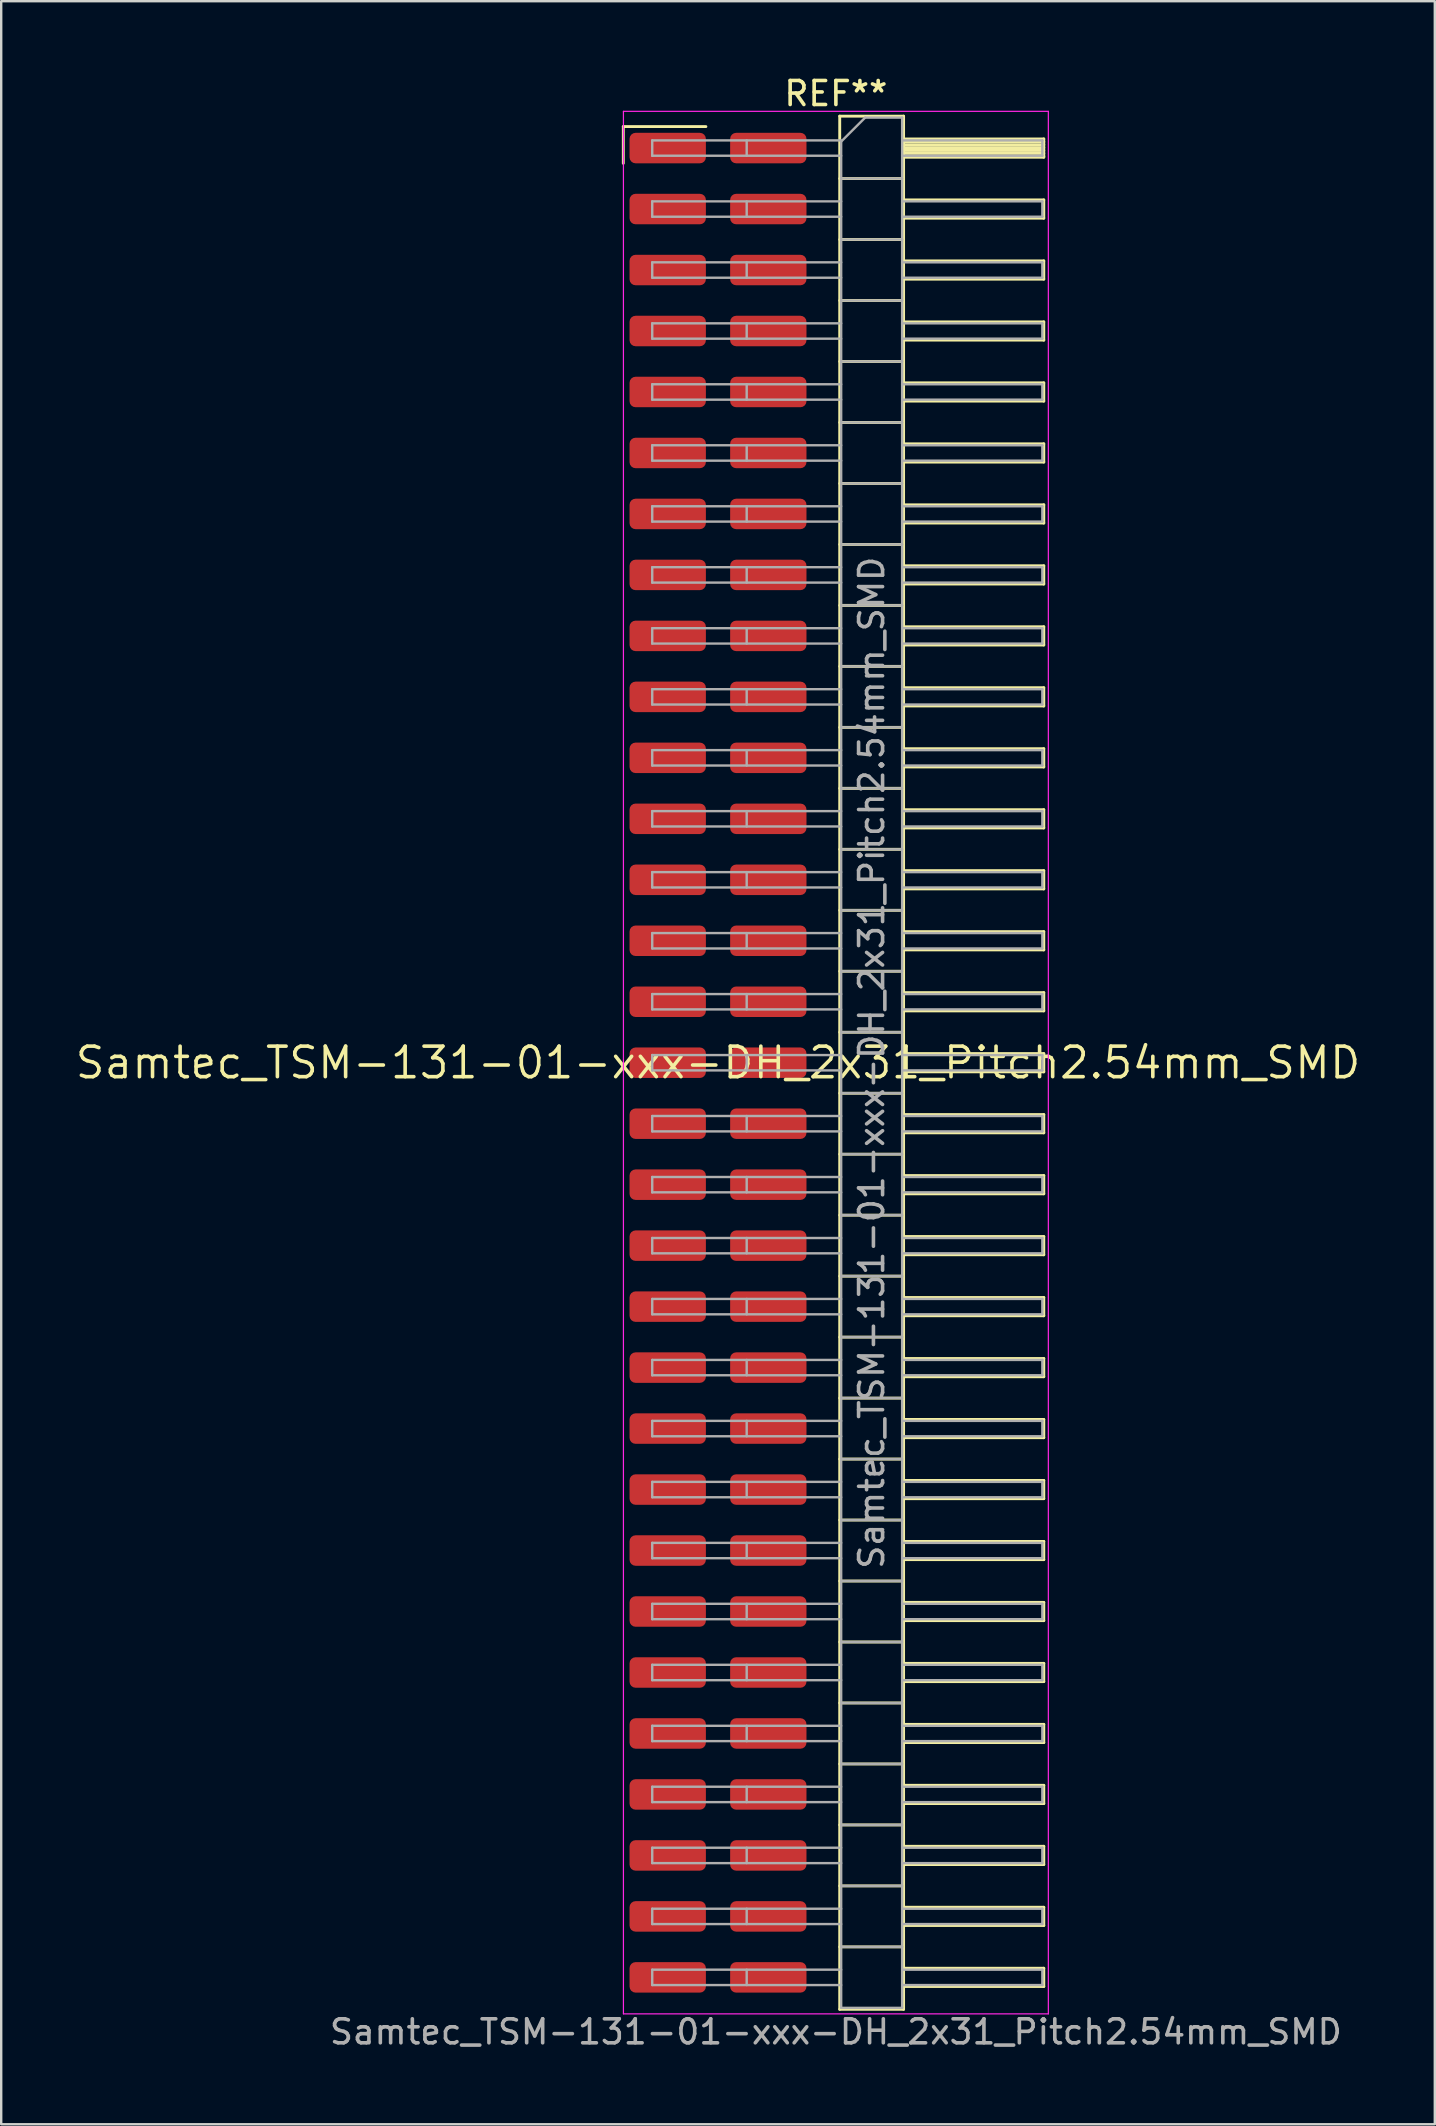
<source format=kicad_pcb>
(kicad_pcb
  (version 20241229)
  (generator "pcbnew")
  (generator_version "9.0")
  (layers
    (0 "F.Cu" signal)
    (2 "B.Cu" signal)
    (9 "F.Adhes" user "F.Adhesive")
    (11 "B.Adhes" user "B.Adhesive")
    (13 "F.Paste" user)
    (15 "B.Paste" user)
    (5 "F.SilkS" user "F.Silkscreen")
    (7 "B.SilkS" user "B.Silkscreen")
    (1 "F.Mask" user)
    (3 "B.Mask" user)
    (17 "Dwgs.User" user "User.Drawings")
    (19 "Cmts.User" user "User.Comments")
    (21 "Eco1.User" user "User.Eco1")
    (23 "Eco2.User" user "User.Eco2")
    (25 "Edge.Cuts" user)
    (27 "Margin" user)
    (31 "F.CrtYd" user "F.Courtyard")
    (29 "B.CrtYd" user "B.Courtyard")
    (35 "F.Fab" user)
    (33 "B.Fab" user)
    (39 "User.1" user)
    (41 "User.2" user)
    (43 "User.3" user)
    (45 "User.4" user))
  (footprint "Samtec_TSM-131-01-xxx-DH_2x31_Pitch2.54mm_SMD"
    (layer "F.Cu")
    (at 26.859 41.218)
    (property "Reference" "Samtec_TSM-131-01-xxx-DH_2x31_Pitch2.54mm_SMD" (at 0 0 0) (layer "F.SilkS") (effects (font (size 1.27 1.27) (thickness 0.15))))
    (attr smd)
    (fp_line (start -3.945 -38.995) (end -0.505 -38.995) (stroke (width 0.12) (type solid)) (layer "F.SilkS"))
    (fp_line (start -3.945 -37.465) (end -3.945 -38.995) (stroke (width 0.12) (type solid)) (layer "F.SilkS"))
    (fp_line (start 5.07 -39.43) (end 7.73 -39.43) (stroke (width 0.12) (type solid)) (layer "F.SilkS"))
    (fp_line (start 5.07 -36.83) (end 7.73 -36.83) (stroke (width 0.12) (type solid)) (layer "F.SilkS"))
    (fp_line (start 5.07 -34.29) (end 7.73 -34.29) (stroke (width 0.12) (type solid)) (layer "F.SilkS"))
    (fp_line (start 5.07 -31.75) (end 7.73 -31.75) (stroke (width 0.12) (type solid)) (layer "F.SilkS"))
    (fp_line (start 5.07 -29.21) (end 7.73 -29.21) (stroke (width 0.12) (type solid)) (layer "F.SilkS"))
    (fp_line (start 5.07 -26.67) (end 7.73 -26.67) (stroke (width 0.12) (type solid)) (layer "F.SilkS"))
    (fp_line (start 5.07 -24.13) (end 7.73 -24.13) (stroke (width 0.12) (type solid)) (layer "F.SilkS"))
    (fp_line (start 5.07 -21.59) (end 7.73 -21.59) (stroke (width 0.12) (type solid)) (layer "F.SilkS"))
    (fp_line (start 5.07 -19.05) (end 7.73 -19.05) (stroke (width 0.12) (type solid)) (layer "F.SilkS"))
    (fp_line (start 5.07 -16.51) (end 7.73 -16.51) (stroke (width 0.12) (type solid)) (layer "F.SilkS"))
    (fp_line (start 5.07 -13.97) (end 7.73 -13.97) (stroke (width 0.12) (type solid)) (layer "F.SilkS"))
    (fp_line (start 5.07 -11.43) (end 7.73 -11.43) (stroke (width 0.12) (type solid)) (layer "F.SilkS"))
    (fp_line (start 5.07 -8.89) (end 7.73 -8.89) (stroke (width 0.12) (type solid)) (layer "F.SilkS"))
    (fp_line (start 5.07 -6.35) (end 7.73 -6.35) (stroke (width 0.12) (type solid)) (layer "F.SilkS"))
    (fp_line (start 5.07 -3.81) (end 7.73 -3.81) (stroke (width 0.12) (type solid)) (layer "F.SilkS"))
    (fp_line (start 5.07 -1.27) (end 7.73 -1.27) (stroke (width 0.12) (type solid)) (layer "F.SilkS"))
    (fp_line (start 5.07 1.27) (end 7.73 1.27) (stroke (width 0.12) (type solid)) (layer "F.SilkS"))
    (fp_line (start 5.07 3.81) (end 7.73 3.81) (stroke (width 0.12) (type solid)) (layer "F.SilkS"))
    (fp_line (start 5.07 6.35) (end 7.73 6.35) (stroke (width 0.12) (type solid)) (layer "F.SilkS"))
    (fp_line (start 5.07 8.89) (end 7.73 8.89) (stroke (width 0.12) (type solid)) (layer "F.SilkS"))
    (fp_line (start 5.07 11.43) (end 7.73 11.43) (stroke (width 0.12) (type solid)) (layer "F.SilkS"))
    (fp_line (start 5.07 13.97) (end 7.73 13.97) (stroke (width 0.12) (type solid)) (layer "F.SilkS"))
    (fp_line (start 5.07 16.51) (end 7.73 16.51) (stroke (width 0.12) (type solid)) (layer "F.SilkS"))
    (fp_line (start 5.07 19.05) (end 7.73 19.05) (stroke (width 0.12) (type solid)) (layer "F.SilkS"))
    (fp_line (start 5.07 21.59) (end 7.73 21.59) (stroke (width 0.12) (type solid)) (layer "F.SilkS"))
    (fp_line (start 5.07 24.13) (end 7.73 24.13) (stroke (width 0.12) (type solid)) (layer "F.SilkS"))
    (fp_line (start 5.07 26.67) (end 7.73 26.67) (stroke (width 0.12) (type solid)) (layer "F.SilkS"))
    (fp_line (start 5.07 29.21) (end 7.73 29.21) (stroke (width 0.12) (type solid)) (layer "F.SilkS"))
    (fp_line (start 5.07 31.75) (end 7.73 31.75) (stroke (width 0.12) (type solid)) (layer "F.SilkS"))
    (fp_line (start 5.07 34.29) (end 7.73 34.29) (stroke (width 0.12) (type solid)) (layer "F.SilkS"))
    (fp_line (start 5.07 36.83) (end 7.73 36.83) (stroke (width 0.12) (type solid)) (layer "F.SilkS"))
    (fp_line (start 5.07 39.43) (end 5.07 -39.43) (stroke (width 0.12) (type solid)) (layer "F.SilkS"))
    (fp_line (start 7.73 -39.43) (end 7.73 39.43) (stroke (width 0.12) (type solid)) (layer "F.SilkS"))
    (fp_line (start 7.73 -38.48) (end 13.57 -38.48) (stroke (width 0.12) (type solid)) (layer "F.SilkS"))
    (fp_line (start 7.73 -38.36) (end 13.57 -38.36) (stroke (width 0.12) (type solid)) (layer "F.SilkS"))
    (fp_line (start 7.73 -38.24) (end 13.57 -38.24) (stroke (width 0.12) (type solid)) (layer "F.SilkS"))
    (fp_line (start 7.73 -38.12) (end 13.57 -38.12) (stroke (width 0.12) (type solid)) (layer "F.SilkS"))
    (fp_line (start 7.73 -38) (end 13.57 -38) (stroke (width 0.12) (type solid)) (layer "F.SilkS"))
    (fp_line (start 7.73 -37.88) (end 13.57 -37.88) (stroke (width 0.12) (type solid)) (layer "F.SilkS"))
    (fp_line (start 7.73 -37.76) (end 13.57 -37.76) (stroke (width 0.12) (type solid)) (layer "F.SilkS"))
    (fp_line (start 7.73 -37.72) (end 13.57 -37.72) (stroke (width 0.12) (type solid)) (layer "F.SilkS"))
    (fp_line (start 7.73 -35.94) (end 13.57 -35.94) (stroke (width 0.12) (type solid)) (layer "F.SilkS"))
    (fp_line (start 7.73 -35.18) (end 13.57 -35.18) (stroke (width 0.12) (type solid)) (layer "F.SilkS"))
    (fp_line (start 7.73 -33.4) (end 13.57 -33.4) (stroke (width 0.12) (type solid)) (layer "F.SilkS"))
    (fp_line (start 7.73 -32.64) (end 13.57 -32.64) (stroke (width 0.12) (type solid)) (layer "F.SilkS"))
    (fp_line (start 7.73 -30.86) (end 13.57 -30.86) (stroke (width 0.12) (type solid)) (layer "F.SilkS"))
    (fp_line (start 7.73 -30.1) (end 13.57 -30.1) (stroke (width 0.12) (type solid)) (layer "F.SilkS"))
    (fp_line (start 7.73 -28.32) (end 13.57 -28.32) (stroke (width 0.12) (type solid)) (layer "F.SilkS"))
    (fp_line (start 7.73 -27.56) (end 13.57 -27.56) (stroke (width 0.12) (type solid)) (layer "F.SilkS"))
    (fp_line (start 7.73 -25.78) (end 13.57 -25.78) (stroke (width 0.12) (type solid)) (layer "F.SilkS"))
    (fp_line (start 7.73 -25.02) (end 13.57 -25.02) (stroke (width 0.12) (type solid)) (layer "F.SilkS"))
    (fp_line (start 7.73 -23.24) (end 13.57 -23.24) (stroke (width 0.12) (type solid)) (layer "F.SilkS"))
    (fp_line (start 7.73 -22.48) (end 13.57 -22.48) (stroke (width 0.12) (type solid)) (layer "F.SilkS"))
    (fp_line (start 7.73 -20.7) (end 13.57 -20.7) (stroke (width 0.12) (type solid)) (layer "F.SilkS"))
    (fp_line (start 7.73 -19.94) (end 13.57 -19.94) (stroke (width 0.12) (type solid)) (layer "F.SilkS"))
    (fp_line (start 7.73 -18.16) (end 13.57 -18.16) (stroke (width 0.12) (type solid)) (layer "F.SilkS"))
    (fp_line (start 7.73 -17.4) (end 13.57 -17.4) (stroke (width 0.12) (type solid)) (layer "F.SilkS"))
    (fp_line (start 7.73 -15.62) (end 13.57 -15.62) (stroke (width 0.12) (type solid)) (layer "F.SilkS"))
    (fp_line (start 7.73 -14.86) (end 13.57 -14.86) (stroke (width 0.12) (type solid)) (layer "F.SilkS"))
    (fp_line (start 7.73 -13.08) (end 13.57 -13.08) (stroke (width 0.12) (type solid)) (layer "F.SilkS"))
    (fp_line (start 7.73 -12.32) (end 13.57 -12.32) (stroke (width 0.12) (type solid)) (layer "F.SilkS"))
    (fp_line (start 7.73 -10.54) (end 13.57 -10.54) (stroke (width 0.12) (type solid)) (layer "F.SilkS"))
    (fp_line (start 7.73 -9.78) (end 13.57 -9.78) (stroke (width 0.12) (type solid)) (layer "F.SilkS"))
    (fp_line (start 7.73 -8) (end 13.57 -8) (stroke (width 0.12) (type solid)) (layer "F.SilkS"))
    (fp_line (start 7.73 -7.24) (end 13.57 -7.24) (stroke (width 0.12) (type solid)) (layer "F.SilkS"))
    (fp_line (start 7.73 -5.46) (end 13.57 -5.46) (stroke (width 0.12) (type solid)) (layer "F.SilkS"))
    (fp_line (start 7.73 -4.7) (end 13.57 -4.7) (stroke (width 0.12) (type solid)) (layer "F.SilkS"))
    (fp_line (start 7.73 -2.92) (end 13.57 -2.92) (stroke (width 0.12) (type solid)) (layer "F.SilkS"))
    (fp_line (start 7.73 -2.16) (end 13.57 -2.16) (stroke (width 0.12) (type solid)) (layer "F.SilkS"))
    (fp_line (start 7.73 -0.38) (end 13.57 -0.38) (stroke (width 0.12) (type solid)) (layer "F.SilkS"))
    (fp_line (start 7.73 0.38) (end 13.57 0.38) (stroke (width 0.12) (type solid)) (layer "F.SilkS"))
    (fp_line (start 7.73 2.16) (end 13.57 2.16) (stroke (width 0.12) (type solid)) (layer "F.SilkS"))
    (fp_line (start 7.73 2.92) (end 13.57 2.92) (stroke (width 0.12) (type solid)) (layer "F.SilkS"))
    (fp_line (start 7.73 4.7) (end 13.57 4.7) (stroke (width 0.12) (type solid)) (layer "F.SilkS"))
    (fp_line (start 7.73 5.46) (end 13.57 5.46) (stroke (width 0.12) (type solid)) (layer "F.SilkS"))
    (fp_line (start 7.73 7.24) (end 13.57 7.24) (stroke (width 0.12) (type solid)) (layer "F.SilkS"))
    (fp_line (start 7.73 8) (end 13.57 8) (stroke (width 0.12) (type solid)) (layer "F.SilkS"))
    (fp_line (start 7.73 9.78) (end 13.57 9.78) (stroke (width 0.12) (type solid)) (layer "F.SilkS"))
    (fp_line (start 7.73 10.54) (end 13.57 10.54) (stroke (width 0.12) (type solid)) (layer "F.SilkS"))
    (fp_line (start 7.73 12.32) (end 13.57 12.32) (stroke (width 0.12) (type solid)) (layer "F.SilkS"))
    (fp_line (start 7.73 13.08) (end 13.57 13.08) (stroke (width 0.12) (type solid)) (layer "F.SilkS"))
    (fp_line (start 7.73 14.86) (end 13.57 14.86) (stroke (width 0.12) (type solid)) (layer "F.SilkS"))
    (fp_line (start 7.73 15.62) (end 13.57 15.62) (stroke (width 0.12) (type solid)) (layer "F.SilkS"))
    (fp_line (start 7.73 17.4) (end 13.57 17.4) (stroke (width 0.12) (type solid)) (layer "F.SilkS"))
    (fp_line (start 7.73 18.16) (end 13.57 18.16) (stroke (width 0.12) (type solid)) (layer "F.SilkS"))
    (fp_line (start 7.73 19.94) (end 13.57 19.94) (stroke (width 0.12) (type solid)) (layer "F.SilkS"))
    (fp_line (start 7.73 20.7) (end 13.57 20.7) (stroke (width 0.12) (type solid)) (layer "F.SilkS"))
    (fp_line (start 7.73 22.48) (end 13.57 22.48) (stroke (width 0.12) (type solid)) (layer "F.SilkS"))
    (fp_line (start 7.73 23.24) (end 13.57 23.24) (stroke (width 0.12) (type solid)) (layer "F.SilkS"))
    (fp_line (start 7.73 25.02) (end 13.57 25.02) (stroke (width 0.12) (type solid)) (layer "F.SilkS"))
    (fp_line (start 7.73 25.78) (end 13.57 25.78) (stroke (width 0.12) (type solid)) (layer "F.SilkS"))
    (fp_line (start 7.73 27.56) (end 13.57 27.56) (stroke (width 0.12) (type solid)) (layer "F.SilkS"))
    (fp_line (start 7.73 28.32) (end 13.57 28.32) (stroke (width 0.12) (type solid)) (layer "F.SilkS"))
    (fp_line (start 7.73 30.1) (end 13.57 30.1) (stroke (width 0.12) (type solid)) (layer "F.SilkS"))
    (fp_line (start 7.73 30.86) (end 13.57 30.86) (stroke (width 0.12) (type solid)) (layer "F.SilkS"))
    (fp_line (start 7.73 32.64) (end 13.57 32.64) (stroke (width 0.12) (type solid)) (layer "F.SilkS"))
    (fp_line (start 7.73 33.4) (end 13.57 33.4) (stroke (width 0.12) (type solid)) (layer "F.SilkS"))
    (fp_line (start 7.73 35.18) (end 13.57 35.18) (stroke (width 0.12) (type solid)) (layer "F.SilkS"))
    (fp_line (start 7.73 35.94) (end 13.57 35.94) (stroke (width 0.12) (type solid)) (layer "F.SilkS"))
    (fp_line (start 7.73 37.72) (end 13.57 37.72) (stroke (width 0.12) (type solid)) (layer "F.SilkS"))
    (fp_line (start 7.73 38.48) (end 13.57 38.48) (stroke (width 0.12) (type solid)) (layer "F.SilkS"))
    (fp_line (start 7.73 39.43) (end 5.07 39.43) (stroke (width 0.12) (type solid)) (layer "F.SilkS"))
    (fp_line (start 13.57 -38.48) (end 13.57 -37.72) (stroke (width 0.12) (type solid)) (layer "F.SilkS"))
    (fp_line (start 13.57 -35.94) (end 13.57 -35.18) (stroke (width 0.12) (type solid)) (layer "F.SilkS"))
    (fp_line (start 13.57 -33.4) (end 13.57 -32.64) (stroke (width 0.12) (type solid)) (layer "F.SilkS"))
    (fp_line (start 13.57 -30.86) (end 13.57 -30.1) (stroke (width 0.12) (type solid)) (layer "F.SilkS"))
    (fp_line (start 13.57 -28.32) (end 13.57 -27.56) (stroke (width 0.12) (type solid)) (layer "F.SilkS"))
    (fp_line (start 13.57 -25.78) (end 13.57 -25.02) (stroke (width 0.12) (type solid)) (layer "F.SilkS"))
    (fp_line (start 13.57 -23.24) (end 13.57 -22.48) (stroke (width 0.12) (type solid)) (layer "F.SilkS"))
    (fp_line (start 13.57 -20.7) (end 13.57 -19.94) (stroke (width 0.12) (type solid)) (layer "F.SilkS"))
    (fp_line (start 13.57 -18.16) (end 13.57 -17.4) (stroke (width 0.12) (type solid)) (layer "F.SilkS"))
    (fp_line (start 13.57 -15.62) (end 13.57 -14.86) (stroke (width 0.12) (type solid)) (layer "F.SilkS"))
    (fp_line (start 13.57 -13.08) (end 13.57 -12.32) (stroke (width 0.12) (type solid)) (layer "F.SilkS"))
    (fp_line (start 13.57 -10.54) (end 13.57 -9.78) (stroke (width 0.12) (type solid)) (layer "F.SilkS"))
    (fp_line (start 13.57 -8) (end 13.57 -7.24) (stroke (width 0.12) (type solid)) (layer "F.SilkS"))
    (fp_line (start 13.57 -5.46) (end 13.57 -4.7) (stroke (width 0.12) (type solid)) (layer "F.SilkS"))
    (fp_line (start 13.57 -2.92) (end 13.57 -2.16) (stroke (width 0.12) (type solid)) (layer "F.SilkS"))
    (fp_line (start 13.57 -0.38) (end 13.57 0.38) (stroke (width 0.12) (type solid)) (layer "F.SilkS"))
    (fp_line (start 13.57 2.16) (end 13.57 2.92) (stroke (width 0.12) (type solid)) (layer "F.SilkS"))
    (fp_line (start 13.57 4.7) (end 13.57 5.46) (stroke (width 0.12) (type solid)) (layer "F.SilkS"))
    (fp_line (start 13.57 7.24) (end 13.57 8) (stroke (width 0.12) (type solid)) (layer "F.SilkS"))
    (fp_line (start 13.57 9.78) (end 13.57 10.54) (stroke (width 0.12) (type solid)) (layer "F.SilkS"))
    (fp_line (start 13.57 12.32) (end 13.57 13.08) (stroke (width 0.12) (type solid)) (layer "F.SilkS"))
    (fp_line (start 13.57 14.86) (end 13.57 15.62) (stroke (width 0.12) (type solid)) (layer "F.SilkS"))
    (fp_line (start 13.57 17.4) (end 13.57 18.16) (stroke (width 0.12) (type solid)) (layer "F.SilkS"))
    (fp_line (start 13.57 19.94) (end 13.57 20.7) (stroke (width 0.12) (type solid)) (layer "F.SilkS"))
    (fp_line (start 13.57 22.48) (end 13.57 23.24) (stroke (width 0.12) (type solid)) (layer "F.SilkS"))
    (fp_line (start 13.57 25.02) (end 13.57 25.78) (stroke (width 0.12) (type solid)) (layer "F.SilkS"))
    (fp_line (start 13.57 27.56) (end 13.57 28.32) (stroke (width 0.12) (type solid)) (layer "F.SilkS"))
    (fp_line (start 13.57 30.1) (end 13.57 30.86) (stroke (width 0.12) (type solid)) (layer "F.SilkS"))
    (fp_line (start 13.57 32.64) (end 13.57 33.4) (stroke (width 0.12) (type solid)) (layer "F.SilkS"))
    (fp_line (start 13.57 35.18) (end 13.57 35.94) (stroke (width 0.12) (type solid)) (layer "F.SilkS"))
    (fp_line (start 13.57 37.72) (end 13.57 38.48) (stroke (width 0.12) (type solid)) (layer "F.SilkS"))
    (fp_line (start -3.94 -39.63) (end 13.76 -39.63) (stroke (width 0.05) (type solid)) (layer "F.CrtYd"))
    (fp_line (start -3.94 39.62) (end -3.94 -39.63) (stroke (width 0.05) (type solid)) (layer "F.CrtYd"))
    (fp_line (start 13.76 -39.63) (end 13.76 39.62) (stroke (width 0.05) (type solid)) (layer "F.CrtYd"))
    (fp_line (start 13.76 39.62) (end -3.94 39.62) (stroke (width 0.05) (type solid)) (layer "F.CrtYd"))
    (fp_line (start -2.74 -38.42) (end -2.74 -37.78) (stroke (width 0.1) (type solid)) (layer "F.Fab"))
    (fp_line (start -2.74 -38.42) (end 5.13 -38.42) (stroke (width 0.1) (type solid)) (layer "F.Fab"))
    (fp_line (start -2.74 -37.78) (end 5.13 -37.78) (stroke (width 0.1) (type solid)) (layer "F.Fab"))
    (fp_line (start -2.74 -35.88) (end -2.74 -35.24) (stroke (width 0.1) (type solid)) (layer "F.Fab"))
    (fp_line (start -2.74 -35.88) (end 5.13 -35.88) (stroke (width 0.1) (type solid)) (layer "F.Fab"))
    (fp_line (start -2.74 -35.24) (end 5.13 -35.24) (stroke (width 0.1) (type solid)) (layer "F.Fab"))
    (fp_line (start -2.74 -33.34) (end -2.74 -32.7) (stroke (width 0.1) (type solid)) (layer "F.Fab"))
    (fp_line (start -2.74 -33.34) (end 5.13 -33.34) (stroke (width 0.1) (type solid)) (layer "F.Fab"))
    (fp_line (start -2.74 -32.7) (end 5.13 -32.7) (stroke (width 0.1) (type solid)) (layer "F.Fab"))
    (fp_line (start -2.74 -30.8) (end -2.74 -30.16) (stroke (width 0.1) (type solid)) (layer "F.Fab"))
    (fp_line (start -2.74 -30.8) (end 5.13 -30.8) (stroke (width 0.1) (type solid)) (layer "F.Fab"))
    (fp_line (start -2.74 -30.16) (end 5.13 -30.16) (stroke (width 0.1) (type solid)) (layer "F.Fab"))
    (fp_line (start -2.74 -28.26) (end -2.74 -27.62) (stroke (width 0.1) (type solid)) (layer "F.Fab"))
    (fp_line (start -2.74 -28.26) (end 5.13 -28.26) (stroke (width 0.1) (type solid)) (layer "F.Fab"))
    (fp_line (start -2.74 -27.62) (end 5.13 -27.62) (stroke (width 0.1) (type solid)) (layer "F.Fab"))
    (fp_line (start -2.74 -25.72) (end -2.74 -25.08) (stroke (width 0.1) (type solid)) (layer "F.Fab"))
    (fp_line (start -2.74 -25.72) (end 5.13 -25.72) (stroke (width 0.1) (type solid)) (layer "F.Fab"))
    (fp_line (start -2.74 -25.08) (end 5.13 -25.08) (stroke (width 0.1) (type solid)) (layer "F.Fab"))
    (fp_line (start -2.74 -23.18) (end -2.74 -22.54) (stroke (width 0.1) (type solid)) (layer "F.Fab"))
    (fp_line (start -2.74 -23.18) (end 5.13 -23.18) (stroke (width 0.1) (type solid)) (layer "F.Fab"))
    (fp_line (start -2.74 -22.54) (end 5.13 -22.54) (stroke (width 0.1) (type solid)) (layer "F.Fab"))
    (fp_line (start -2.74 -20.64) (end -2.74 -20) (stroke (width 0.1) (type solid)) (layer "F.Fab"))
    (fp_line (start -2.74 -20.64) (end 5.13 -20.64) (stroke (width 0.1) (type solid)) (layer "F.Fab"))
    (fp_line (start -2.74 -20) (end 5.13 -20) (stroke (width 0.1) (type solid)) (layer "F.Fab"))
    (fp_line (start -2.74 -18.1) (end -2.74 -17.46) (stroke (width 0.1) (type solid)) (layer "F.Fab"))
    (fp_line (start -2.74 -18.1) (end 5.13 -18.1) (stroke (width 0.1) (type solid)) (layer "F.Fab"))
    (fp_line (start -2.74 -17.46) (end 5.13 -17.46) (stroke (width 0.1) (type solid)) (layer "F.Fab"))
    (fp_line (start -2.74 -15.56) (end -2.74 -14.92) (stroke (width 0.1) (type solid)) (layer "F.Fab"))
    (fp_line (start -2.74 -15.56) (end 5.13 -15.56) (stroke (width 0.1) (type solid)) (layer "F.Fab"))
    (fp_line (start -2.74 -14.92) (end 5.13 -14.92) (stroke (width 0.1) (type solid)) (layer "F.Fab"))
    (fp_line (start -2.74 -13.02) (end -2.74 -12.38) (stroke (width 0.1) (type solid)) (layer "F.Fab"))
    (fp_line (start -2.74 -13.02) (end 5.13 -13.02) (stroke (width 0.1) (type solid)) (layer "F.Fab"))
    (fp_line (start -2.74 -12.38) (end 5.13 -12.38) (stroke (width 0.1) (type solid)) (layer "F.Fab"))
    (fp_line (start -2.74 -10.48) (end -2.74 -9.84) (stroke (width 0.1) (type solid)) (layer "F.Fab"))
    (fp_line (start -2.74 -10.48) (end 5.13 -10.48) (stroke (width 0.1) (type solid)) (layer "F.Fab"))
    (fp_line (start -2.74 -9.84) (end 5.13 -9.84) (stroke (width 0.1) (type solid)) (layer "F.Fab"))
    (fp_line (start -2.74 -7.94) (end -2.74 -7.3) (stroke (width 0.1) (type solid)) (layer "F.Fab"))
    (fp_line (start -2.74 -7.94) (end 5.13 -7.94) (stroke (width 0.1) (type solid)) (layer "F.Fab"))
    (fp_line (start -2.74 -7.3) (end 5.13 -7.3) (stroke (width 0.1) (type solid)) (layer "F.Fab"))
    (fp_line (start -2.74 -5.4) (end -2.74 -4.76) (stroke (width 0.1) (type solid)) (layer "F.Fab"))
    (fp_line (start -2.74 -5.4) (end 5.13 -5.4) (stroke (width 0.1) (type solid)) (layer "F.Fab"))
    (fp_line (start -2.74 -4.76) (end 5.13 -4.76) (stroke (width 0.1) (type solid)) (layer "F.Fab"))
    (fp_line (start -2.74 -2.86) (end -2.74 -2.22) (stroke (width 0.1) (type solid)) (layer "F.Fab"))
    (fp_line (start -2.74 -2.86) (end 5.13 -2.86) (stroke (width 0.1) (type solid)) (layer "F.Fab"))
    (fp_line (start -2.74 -2.22) (end 5.13 -2.22) (stroke (width 0.1) (type solid)) (layer "F.Fab"))
    (fp_line (start -2.74 -0.32) (end -2.74 0.32) (stroke (width 0.1) (type solid)) (layer "F.Fab"))
    (fp_line (start -2.74 -0.32) (end 5.13 -0.32) (stroke (width 0.1) (type solid)) (layer "F.Fab"))
    (fp_line (start -2.74 0.32) (end 5.13 0.32) (stroke (width 0.1) (type solid)) (layer "F.Fab"))
    (fp_line (start -2.74 2.22) (end -2.74 2.86) (stroke (width 0.1) (type solid)) (layer "F.Fab"))
    (fp_line (start -2.74 2.22) (end 5.13 2.22) (stroke (width 0.1) (type solid)) (layer "F.Fab"))
    (fp_line (start -2.74 2.86) (end 5.13 2.86) (stroke (width 0.1) (type solid)) (layer "F.Fab"))
    (fp_line (start -2.74 4.76) (end -2.74 5.4) (stroke (width 0.1) (type solid)) (layer "F.Fab"))
    (fp_line (start -2.74 4.76) (end 5.13 4.76) (stroke (width 0.1) (type solid)) (layer "F.Fab"))
    (fp_line (start -2.74 5.4) (end 5.13 5.4) (stroke (width 0.1) (type solid)) (layer "F.Fab"))
    (fp_line (start -2.74 7.3) (end -2.74 7.94) (stroke (width 0.1) (type solid)) (layer "F.Fab"))
    (fp_line (start -2.74 7.3) (end 5.13 7.3) (stroke (width 0.1) (type solid)) (layer "F.Fab"))
    (fp_line (start -2.74 7.94) (end 5.13 7.94) (stroke (width 0.1) (type solid)) (layer "F.Fab"))
    (fp_line (start -2.74 9.84) (end -2.74 10.48) (stroke (width 0.1) (type solid)) (layer "F.Fab"))
    (fp_line (start -2.74 9.84) (end 5.13 9.84) (stroke (width 0.1) (type solid)) (layer "F.Fab"))
    (fp_line (start -2.74 10.48) (end 5.13 10.48) (stroke (width 0.1) (type solid)) (layer "F.Fab"))
    (fp_line (start -2.74 12.38) (end -2.74 13.02) (stroke (width 0.1) (type solid)) (layer "F.Fab"))
    (fp_line (start -2.74 12.38) (end 5.13 12.38) (stroke (width 0.1) (type solid)) (layer "F.Fab"))
    (fp_line (start -2.74 13.02) (end 5.13 13.02) (stroke (width 0.1) (type solid)) (layer "F.Fab"))
    (fp_line (start -2.74 14.92) (end -2.74 15.56) (stroke (width 0.1) (type solid)) (layer "F.Fab"))
    (fp_line (start -2.74 14.92) (end 5.13 14.92) (stroke (width 0.1) (type solid)) (layer "F.Fab"))
    (fp_line (start -2.74 15.56) (end 5.13 15.56) (stroke (width 0.1) (type solid)) (layer "F.Fab"))
    (fp_line (start -2.74 17.46) (end -2.74 18.1) (stroke (width 0.1) (type solid)) (layer "F.Fab"))
    (fp_line (start -2.74 17.46) (end 5.13 17.46) (stroke (width 0.1) (type solid)) (layer "F.Fab"))
    (fp_line (start -2.74 18.1) (end 5.13 18.1) (stroke (width 0.1) (type solid)) (layer "F.Fab"))
    (fp_line (start -2.74 20) (end -2.74 20.64) (stroke (width 0.1) (type solid)) (layer "F.Fab"))
    (fp_line (start -2.74 20) (end 5.13 20) (stroke (width 0.1) (type solid)) (layer "F.Fab"))
    (fp_line (start -2.74 20.64) (end 5.13 20.64) (stroke (width 0.1) (type solid)) (layer "F.Fab"))
    (fp_line (start -2.74 22.54) (end -2.74 23.18) (stroke (width 0.1) (type solid)) (layer "F.Fab"))
    (fp_line (start -2.74 22.54) (end 5.13 22.54) (stroke (width 0.1) (type solid)) (layer "F.Fab"))
    (fp_line (start -2.74 23.18) (end 5.13 23.18) (stroke (width 0.1) (type solid)) (layer "F.Fab"))
    (fp_line (start -2.74 25.08) (end -2.74 25.72) (stroke (width 0.1) (type solid)) (layer "F.Fab"))
    (fp_line (start -2.74 25.08) (end 5.13 25.08) (stroke (width 0.1) (type solid)) (layer "F.Fab"))
    (fp_line (start -2.74 25.72) (end 5.13 25.72) (stroke (width 0.1) (type solid)) (layer "F.Fab"))
    (fp_line (start -2.74 27.62) (end -2.74 28.26) (stroke (width 0.1) (type solid)) (layer "F.Fab"))
    (fp_line (start -2.74 27.62) (end 5.13 27.62) (stroke (width 0.1) (type solid)) (layer "F.Fab"))
    (fp_line (start -2.74 28.26) (end 5.13 28.26) (stroke (width 0.1) (type solid)) (layer "F.Fab"))
    (fp_line (start -2.74 30.16) (end -2.74 30.8) (stroke (width 0.1) (type solid)) (layer "F.Fab"))
    (fp_line (start -2.74 30.16) (end 5.13 30.16) (stroke (width 0.1) (type solid)) (layer "F.Fab"))
    (fp_line (start -2.74 30.8) (end 5.13 30.8) (stroke (width 0.1) (type solid)) (layer "F.Fab"))
    (fp_line (start -2.74 32.7) (end -2.74 33.34) (stroke (width 0.1) (type solid)) (layer "F.Fab"))
    (fp_line (start -2.74 32.7) (end 5.13 32.7) (stroke (width 0.1) (type solid)) (layer "F.Fab"))
    (fp_line (start -2.74 33.34) (end 5.13 33.34) (stroke (width 0.1) (type solid)) (layer "F.Fab"))
    (fp_line (start -2.74 35.24) (end -2.74 35.88) (stroke (width 0.1) (type solid)) (layer "F.Fab"))
    (fp_line (start -2.74 35.24) (end 5.13 35.24) (stroke (width 0.1) (type solid)) (layer "F.Fab"))
    (fp_line (start -2.74 35.88) (end 5.13 35.88) (stroke (width 0.1) (type solid)) (layer "F.Fab"))
    (fp_line (start -2.74 37.78) (end -2.74 38.42) (stroke (width 0.1) (type solid)) (layer "F.Fab"))
    (fp_line (start -2.74 37.78) (end 5.13 37.78) (stroke (width 0.1) (type solid)) (layer "F.Fab"))
    (fp_line (start -2.74 38.42) (end 5.13 38.42) (stroke (width 0.1) (type solid)) (layer "F.Fab"))
    (fp_line (start 1.195 -38.42) (end 1.195 -37.78) (stroke (width 0.1) (type solid)) (layer "F.Fab"))
    (fp_line (start 1.195 -35.88) (end 1.195 -35.24) (stroke (width 0.1) (type solid)) (layer "F.Fab"))
    (fp_line (start 1.195 -33.34) (end 1.195 -32.7) (stroke (width 0.1) (type solid)) (layer "F.Fab"))
    (fp_line (start 1.195 -30.8) (end 1.195 -30.16) (stroke (width 0.1) (type solid)) (layer "F.Fab"))
    (fp_line (start 1.195 -28.26) (end 1.195 -27.62) (stroke (width 0.1) (type solid)) (layer "F.Fab"))
    (fp_line (start 1.195 -25.72) (end 1.195 -25.08) (stroke (width 0.1) (type solid)) (layer "F.Fab"))
    (fp_line (start 1.195 -23.18) (end 1.195 -22.54) (stroke (width 0.1) (type solid)) (layer "F.Fab"))
    (fp_line (start 1.195 -20.64) (end 1.195 -20) (stroke (width 0.1) (type solid)) (layer "F.Fab"))
    (fp_line (start 1.195 -18.1) (end 1.195 -17.46) (stroke (width 0.1) (type solid)) (layer "F.Fab"))
    (fp_line (start 1.195 -15.56) (end 1.195 -14.92) (stroke (width 0.1) (type solid)) (layer "F.Fab"))
    (fp_line (start 1.195 -13.02) (end 1.195 -12.38) (stroke (width 0.1) (type solid)) (layer "F.Fab"))
    (fp_line (start 1.195 -10.48) (end 1.195 -9.84) (stroke (width 0.1) (type solid)) (layer "F.Fab"))
    (fp_line (start 1.195 -7.94) (end 1.195 -7.3) (stroke (width 0.1) (type solid)) (layer "F.Fab"))
    (fp_line (start 1.195 -5.4) (end 1.195 -4.76) (stroke (width 0.1) (type solid)) (layer "F.Fab"))
    (fp_line (start 1.195 -2.86) (end 1.195 -2.22) (stroke (width 0.1) (type solid)) (layer "F.Fab"))
    (fp_line (start 1.195 -0.32) (end 1.195 0.32) (stroke (width 0.1) (type solid)) (layer "F.Fab"))
    (fp_line (start 1.195 2.22) (end 1.195 2.86) (stroke (width 0.1) (type solid)) (layer "F.Fab"))
    (fp_line (start 1.195 4.76) (end 1.195 5.4) (stroke (width 0.1) (type solid)) (layer "F.Fab"))
    (fp_line (start 1.195 7.3) (end 1.195 7.94) (stroke (width 0.1) (type solid)) (layer "F.Fab"))
    (fp_line (start 1.195 9.84) (end 1.195 10.48) (stroke (width 0.1) (type solid)) (layer "F.Fab"))
    (fp_line (start 1.195 12.38) (end 1.195 13.02) (stroke (width 0.1) (type solid)) (layer "F.Fab"))
    (fp_line (start 1.195 14.92) (end 1.195 15.56) (stroke (width 0.1) (type solid)) (layer "F.Fab"))
    (fp_line (start 1.195 17.46) (end 1.195 18.1) (stroke (width 0.1) (type solid)) (layer "F.Fab"))
    (fp_line (start 1.195 20) (end 1.195 20.64) (stroke (width 0.1) (type solid)) (layer "F.Fab"))
    (fp_line (start 1.195 22.54) (end 1.195 23.18) (stroke (width 0.1) (type solid)) (layer "F.Fab"))
    (fp_line (start 1.195 25.08) (end 1.195 25.72) (stroke (width 0.1) (type solid)) (layer "F.Fab"))
    (fp_line (start 1.195 27.62) (end 1.195 28.26) (stroke (width 0.1) (type solid)) (layer "F.Fab"))
    (fp_line (start 1.195 30.16) (end 1.195 30.8) (stroke (width 0.1) (type solid)) (layer "F.Fab"))
    (fp_line (start 1.195 32.7) (end 1.195 33.34) (stroke (width 0.1) (type solid)) (layer "F.Fab"))
    (fp_line (start 1.195 35.24) (end 1.195 35.88) (stroke (width 0.1) (type solid)) (layer "F.Fab"))
    (fp_line (start 1.195 37.78) (end 1.195 38.42) (stroke (width 0.1) (type solid)) (layer "F.Fab"))
    (fp_line (start 5.13 -38.37) (end 6.13 -39.37) (stroke (width 0.1) (type solid)) (layer "F.Fab"))
    (fp_line (start 5.13 -36.83) (end 7.67 -36.83) (stroke (width 0.1) (type solid)) (layer "F.Fab"))
    (fp_line (start 5.13 -34.29) (end 7.67 -34.29) (stroke (width 0.1) (type solid)) (layer "F.Fab"))
    (fp_line (start 5.13 -31.75) (end 7.67 -31.75) (stroke (width 0.1) (type solid)) (layer "F.Fab"))
    (fp_line (start 5.13 -29.21) (end 7.67 -29.21) (stroke (width 0.1) (type solid)) (layer "F.Fab"))
    (fp_line (start 5.13 -26.67) (end 7.67 -26.67) (stroke (width 0.1) (type solid)) (layer "F.Fab"))
    (fp_line (start 5.13 -24.13) (end 7.67 -24.13) (stroke (width 0.1) (type solid)) (layer "F.Fab"))
    (fp_line (start 5.13 -21.59) (end 7.67 -21.59) (stroke (width 0.1) (type solid)) (layer "F.Fab"))
    (fp_line (start 5.13 -19.05) (end 7.67 -19.05) (stroke (width 0.1) (type solid)) (layer "F.Fab"))
    (fp_line (start 5.13 -16.51) (end 7.67 -16.51) (stroke (width 0.1) (type solid)) (layer "F.Fab"))
    (fp_line (start 5.13 -13.97) (end 7.67 -13.97) (stroke (width 0.1) (type solid)) (layer "F.Fab"))
    (fp_line (start 5.13 -11.43) (end 7.67 -11.43) (stroke (width 0.1) (type solid)) (layer "F.Fab"))
    (fp_line (start 5.13 -8.89) (end 7.67 -8.89) (stroke (width 0.1) (type solid)) (layer "F.Fab"))
    (fp_line (start 5.13 -6.35) (end 7.67 -6.35) (stroke (width 0.1) (type solid)) (layer "F.Fab"))
    (fp_line (start 5.13 -3.81) (end 7.67 -3.81) (stroke (width 0.1) (type solid)) (layer "F.Fab"))
    (fp_line (start 5.13 -1.27) (end 7.67 -1.27) (stroke (width 0.1) (type solid)) (layer "F.Fab"))
    (fp_line (start 5.13 1.27) (end 7.67 1.27) (stroke (width 0.1) (type solid)) (layer "F.Fab"))
    (fp_line (start 5.13 3.81) (end 7.67 3.81) (stroke (width 0.1) (type solid)) (layer "F.Fab"))
    (fp_line (start 5.13 6.35) (end 7.67 6.35) (stroke (width 0.1) (type solid)) (layer "F.Fab"))
    (fp_line (start 5.13 8.89) (end 7.67 8.89) (stroke (width 0.1) (type solid)) (layer "F.Fab"))
    (fp_line (start 5.13 11.43) (end 7.67 11.43) (stroke (width 0.1) (type solid)) (layer "F.Fab"))
    (fp_line (start 5.13 13.97) (end 7.67 13.97) (stroke (width 0.1) (type solid)) (layer "F.Fab"))
    (fp_line (start 5.13 16.51) (end 7.67 16.51) (stroke (width 0.1) (type solid)) (layer "F.Fab"))
    (fp_line (start 5.13 19.05) (end 7.67 19.05) (stroke (width 0.1) (type solid)) (layer "F.Fab"))
    (fp_line (start 5.13 21.59) (end 7.67 21.59) (stroke (width 0.1) (type solid)) (layer "F.Fab"))
    (fp_line (start 5.13 24.13) (end 7.67 24.13) (stroke (width 0.1) (type solid)) (layer "F.Fab"))
    (fp_line (start 5.13 26.67) (end 7.67 26.67) (stroke (width 0.1) (type solid)) (layer "F.Fab"))
    (fp_line (start 5.13 29.21) (end 7.67 29.21) (stroke (width 0.1) (type solid)) (layer "F.Fab"))
    (fp_line (start 5.13 31.75) (end 7.67 31.75) (stroke (width 0.1) (type solid)) (layer "F.Fab"))
    (fp_line (start 5.13 34.29) (end 7.67 34.29) (stroke (width 0.1) (type solid)) (layer "F.Fab"))
    (fp_line (start 5.13 36.83) (end 7.67 36.83) (stroke (width 0.1) (type solid)) (layer "F.Fab"))
    (fp_line (start 5.13 39.37) (end 5.13 -38.37) (stroke (width 0.1) (type solid)) (layer "F.Fab"))
    (fp_line (start 6.13 -39.37) (end 7.67 -39.37) (stroke (width 0.1) (type solid)) (layer "F.Fab"))
    (fp_line (start 7.67 -39.37) (end 7.67 39.37) (stroke (width 0.1) (type solid)) (layer "F.Fab"))
    (fp_line (start 7.67 -38.42) (end 13.51 -38.42) (stroke (width 0.1) (type solid)) (layer "F.Fab"))
    (fp_line (start 7.67 -37.78) (end 13.51 -37.78) (stroke (width 0.1) (type solid)) (layer "F.Fab"))
    (fp_line (start 7.67 -35.88) (end 13.51 -35.88) (stroke (width 0.1) (type solid)) (layer "F.Fab"))
    (fp_line (start 7.67 -35.24) (end 13.51 -35.24) (stroke (width 0.1) (type solid)) (layer "F.Fab"))
    (fp_line (start 7.67 -33.34) (end 13.51 -33.34) (stroke (width 0.1) (type solid)) (layer "F.Fab"))
    (fp_line (start 7.67 -32.7) (end 13.51 -32.7) (stroke (width 0.1) (type solid)) (layer "F.Fab"))
    (fp_line (start 7.67 -30.8) (end 13.51 -30.8) (stroke (width 0.1) (type solid)) (layer "F.Fab"))
    (fp_line (start 7.67 -30.16) (end 13.51 -30.16) (stroke (width 0.1) (type solid)) (layer "F.Fab"))
    (fp_line (start 7.67 -28.26) (end 13.51 -28.26) (stroke (width 0.1) (type solid)) (layer "F.Fab"))
    (fp_line (start 7.67 -27.62) (end 13.51 -27.62) (stroke (width 0.1) (type solid)) (layer "F.Fab"))
    (fp_line (start 7.67 -25.72) (end 13.51 -25.72) (stroke (width 0.1) (type solid)) (layer "F.Fab"))
    (fp_line (start 7.67 -25.08) (end 13.51 -25.08) (stroke (width 0.1) (type solid)) (layer "F.Fab"))
    (fp_line (start 7.67 -23.18) (end 13.51 -23.18) (stroke (width 0.1) (type solid)) (layer "F.Fab"))
    (fp_line (start 7.67 -22.54) (end 13.51 -22.54) (stroke (width 0.1) (type solid)) (layer "F.Fab"))
    (fp_line (start 7.67 -20.64) (end 13.51 -20.64) (stroke (width 0.1) (type solid)) (layer "F.Fab"))
    (fp_line (start 7.67 -20) (end 13.51 -20) (stroke (width 0.1) (type solid)) (layer "F.Fab"))
    (fp_line (start 7.67 -18.1) (end 13.51 -18.1) (stroke (width 0.1) (type solid)) (layer "F.Fab"))
    (fp_line (start 7.67 -17.46) (end 13.51 -17.46) (stroke (width 0.1) (type solid)) (layer "F.Fab"))
    (fp_line (start 7.67 -15.56) (end 13.51 -15.56) (stroke (width 0.1) (type solid)) (layer "F.Fab"))
    (fp_line (start 7.67 -14.92) (end 13.51 -14.92) (stroke (width 0.1) (type solid)) (layer "F.Fab"))
    (fp_line (start 7.67 -13.02) (end 13.51 -13.02) (stroke (width 0.1) (type solid)) (layer "F.Fab"))
    (fp_line (start 7.67 -12.38) (end 13.51 -12.38) (stroke (width 0.1) (type solid)) (layer "F.Fab"))
    (fp_line (start 7.67 -10.48) (end 13.51 -10.48) (stroke (width 0.1) (type solid)) (layer "F.Fab"))
    (fp_line (start 7.67 -9.84) (end 13.51 -9.84) (stroke (width 0.1) (type solid)) (layer "F.Fab"))
    (fp_line (start 7.67 -7.94) (end 13.51 -7.94) (stroke (width 0.1) (type solid)) (layer "F.Fab"))
    (fp_line (start 7.67 -7.3) (end 13.51 -7.3) (stroke (width 0.1) (type solid)) (layer "F.Fab"))
    (fp_line (start 7.67 -5.4) (end 13.51 -5.4) (stroke (width 0.1) (type solid)) (layer "F.Fab"))
    (fp_line (start 7.67 -4.76) (end 13.51 -4.76) (stroke (width 0.1) (type solid)) (layer "F.Fab"))
    (fp_line (start 7.67 -2.86) (end 13.51 -2.86) (stroke (width 0.1) (type solid)) (layer "F.Fab"))
    (fp_line (start 7.67 -2.22) (end 13.51 -2.22) (stroke (width 0.1) (type solid)) (layer "F.Fab"))
    (fp_line (start 7.67 -0.32) (end 13.51 -0.32) (stroke (width 0.1) (type solid)) (layer "F.Fab"))
    (fp_line (start 7.67 0.32) (end 13.51 0.32) (stroke (width 0.1) (type solid)) (layer "F.Fab"))
    (fp_line (start 7.67 2.22) (end 13.51 2.22) (stroke (width 0.1) (type solid)) (layer "F.Fab"))
    (fp_line (start 7.67 2.86) (end 13.51 2.86) (stroke (width 0.1) (type solid)) (layer "F.Fab"))
    (fp_line (start 7.67 4.76) (end 13.51 4.76) (stroke (width 0.1) (type solid)) (layer "F.Fab"))
    (fp_line (start 7.67 5.4) (end 13.51 5.4) (stroke (width 0.1) (type solid)) (layer "F.Fab"))
    (fp_line (start 7.67 7.3) (end 13.51 7.3) (stroke (width 0.1) (type solid)) (layer "F.Fab"))
    (fp_line (start 7.67 7.94) (end 13.51 7.94) (stroke (width 0.1) (type solid)) (layer "F.Fab"))
    (fp_line (start 7.67 9.84) (end 13.51 9.84) (stroke (width 0.1) (type solid)) (layer "F.Fab"))
    (fp_line (start 7.67 10.48) (end 13.51 10.48) (stroke (width 0.1) (type solid)) (layer "F.Fab"))
    (fp_line (start 7.67 12.38) (end 13.51 12.38) (stroke (width 0.1) (type solid)) (layer "F.Fab"))
    (fp_line (start 7.67 13.02) (end 13.51 13.02) (stroke (width 0.1) (type solid)) (layer "F.Fab"))
    (fp_line (start 7.67 14.92) (end 13.51 14.92) (stroke (width 0.1) (type solid)) (layer "F.Fab"))
    (fp_line (start 7.67 15.56) (end 13.51 15.56) (stroke (width 0.1) (type solid)) (layer "F.Fab"))
    (fp_line (start 7.67 17.46) (end 13.51 17.46) (stroke (width 0.1) (type solid)) (layer "F.Fab"))
    (fp_line (start 7.67 18.1) (end 13.51 18.1) (stroke (width 0.1) (type solid)) (layer "F.Fab"))
    (fp_line (start 7.67 20) (end 13.51 20) (stroke (width 0.1) (type solid)) (layer "F.Fab"))
    (fp_line (start 7.67 20.64) (end 13.51 20.64) (stroke (width 0.1) (type solid)) (layer "F.Fab"))
    (fp_line (start 7.67 22.54) (end 13.51 22.54) (stroke (width 0.1) (type solid)) (layer "F.Fab"))
    (fp_line (start 7.67 23.18) (end 13.51 23.18) (stroke (width 0.1) (type solid)) (layer "F.Fab"))
    (fp_line (start 7.67 25.08) (end 13.51 25.08) (stroke (width 0.1) (type solid)) (layer "F.Fab"))
    (fp_line (start 7.67 25.72) (end 13.51 25.72) (stroke (width 0.1) (type solid)) (layer "F.Fab"))
    (fp_line (start 7.67 27.62) (end 13.51 27.62) (stroke (width 0.1) (type solid)) (layer "F.Fab"))
    (fp_line (start 7.67 28.26) (end 13.51 28.26) (stroke (width 0.1) (type solid)) (layer "F.Fab"))
    (fp_line (start 7.67 30.16) (end 13.51 30.16) (stroke (width 0.1) (type solid)) (layer "F.Fab"))
    (fp_line (start 7.67 30.8) (end 13.51 30.8) (stroke (width 0.1) (type solid)) (layer "F.Fab"))
    (fp_line (start 7.67 32.7) (end 13.51 32.7) (stroke (width 0.1) (type solid)) (layer "F.Fab"))
    (fp_line (start 7.67 33.34) (end 13.51 33.34) (stroke (width 0.1) (type solid)) (layer "F.Fab"))
    (fp_line (start 7.67 35.24) (end 13.51 35.24) (stroke (width 0.1) (type solid)) (layer "F.Fab"))
    (fp_line (start 7.67 35.88) (end 13.51 35.88) (stroke (width 0.1) (type solid)) (layer "F.Fab"))
    (fp_line (start 7.67 37.78) (end 13.51 37.78) (stroke (width 0.1) (type solid)) (layer "F.Fab"))
    (fp_line (start 7.67 38.42) (end 13.51 38.42) (stroke (width 0.1) (type solid)) (layer "F.Fab"))
    (fp_line (start 7.67 39.37) (end 5.13 39.37) (stroke (width 0.1) (type solid)) (layer "F.Fab"))
    (fp_line (start 13.51 -38.42) (end 13.51 -37.78) (stroke (width 0.1) (type solid)) (layer "F.Fab"))
    (fp_line (start 13.51 -35.88) (end 13.51 -35.24) (stroke (width 0.1) (type solid)) (layer "F.Fab"))
    (fp_line (start 13.51 -33.34) (end 13.51 -32.7) (stroke (width 0.1) (type solid)) (layer "F.Fab"))
    (fp_line (start 13.51 -30.8) (end 13.51 -30.16) (stroke (width 0.1) (type solid)) (layer "F.Fab"))
    (fp_line (start 13.51 -28.26) (end 13.51 -27.62) (stroke (width 0.1) (type solid)) (layer "F.Fab"))
    (fp_line (start 13.51 -25.72) (end 13.51 -25.08) (stroke (width 0.1) (type solid)) (layer "F.Fab"))
    (fp_line (start 13.51 -23.18) (end 13.51 -22.54) (stroke (width 0.1) (type solid)) (layer "F.Fab"))
    (fp_line (start 13.51 -20.64) (end 13.51 -20) (stroke (width 0.1) (type solid)) (layer "F.Fab"))
    (fp_line (start 13.51 -18.1) (end 13.51 -17.46) (stroke (width 0.1) (type solid)) (layer "F.Fab"))
    (fp_line (start 13.51 -15.56) (end 13.51 -14.92) (stroke (width 0.1) (type solid)) (layer "F.Fab"))
    (fp_line (start 13.51 -13.02) (end 13.51 -12.38) (stroke (width 0.1) (type solid)) (layer "F.Fab"))
    (fp_line (start 13.51 -10.48) (end 13.51 -9.84) (stroke (width 0.1) (type solid)) (layer "F.Fab"))
    (fp_line (start 13.51 -7.94) (end 13.51 -7.3) (stroke (width 0.1) (type solid)) (layer "F.Fab"))
    (fp_line (start 13.51 -5.4) (end 13.51 -4.76) (stroke (width 0.1) (type solid)) (layer "F.Fab"))
    (fp_line (start 13.51 -2.86) (end 13.51 -2.22) (stroke (width 0.1) (type solid)) (layer "F.Fab"))
    (fp_line (start 13.51 -0.32) (end 13.51 0.32) (stroke (width 0.1) (type solid)) (layer "F.Fab"))
    (fp_line (start 13.51 2.22) (end 13.51 2.86) (stroke (width 0.1) (type solid)) (layer "F.Fab"))
    (fp_line (start 13.51 4.76) (end 13.51 5.4) (stroke (width 0.1) (type solid)) (layer "F.Fab"))
    (fp_line (start 13.51 7.3) (end 13.51 7.94) (stroke (width 0.1) (type solid)) (layer "F.Fab"))
    (fp_line (start 13.51 9.84) (end 13.51 10.48) (stroke (width 0.1) (type solid)) (layer "F.Fab"))
    (fp_line (start 13.51 12.38) (end 13.51 13.02) (stroke (width 0.1) (type solid)) (layer "F.Fab"))
    (fp_line (start 13.51 14.92) (end 13.51 15.56) (stroke (width 0.1) (type solid)) (layer "F.Fab"))
    (fp_line (start 13.51 17.46) (end 13.51 18.1) (stroke (width 0.1) (type solid)) (layer "F.Fab"))
    (fp_line (start 13.51 20) (end 13.51 20.64) (stroke (width 0.1) (type solid)) (layer "F.Fab"))
    (fp_line (start 13.51 22.54) (end 13.51 23.18) (stroke (width 0.1) (type solid)) (layer "F.Fab"))
    (fp_line (start 13.51 25.08) (end 13.51 25.72) (stroke (width 0.1) (type solid)) (layer "F.Fab"))
    (fp_line (start 13.51 27.62) (end 13.51 28.26) (stroke (width 0.1) (type solid)) (layer "F.Fab"))
    (fp_line (start 13.51 30.16) (end 13.51 30.8) (stroke (width 0.1) (type solid)) (layer "F.Fab"))
    (fp_line (start 13.51 32.7) (end 13.51 33.34) (stroke (width 0.1) (type solid)) (layer "F.Fab"))
    (fp_line (start 13.51 35.24) (end 13.51 35.88) (stroke (width 0.1) (type solid)) (layer "F.Fab"))
    (fp_line (start 13.51 37.78) (end 13.51 38.42) (stroke (width 0.1) (type solid)) (layer "F.Fab"))
    (fp_text user "REF**" (at 4.91 -40.37 0) (layer "F.SilkS") (effects (font (size 1 1) (thickness 0.15))))
    (fp_text user "Samtec_TSM-131-01-xxx-DH_2x31_Pitch2.54mm_SMD" (at 4.91 40.37 0) (layer "F.Fab") (effects (font (size 1 1) (thickness 0.15))))
    (fp_text user "${REFERENCE}" (at 6.4 0 90) (layer "F.Fab") (effects (font (size 1 1) (thickness 0.15))))
    (pad "1" smd roundrect (at -2.095 -38.1) (size 3.18 1.27) (layers "F.Cu" "F.Mask" "F.Paste") (roundrect_rratio 0.197))
    (pad "2" smd roundrect (at 2.095 -38.1) (size 3.18 1.27) (layers "F.Cu" "F.Mask" "F.Paste") (roundrect_rratio 0.197))
    (pad "3" smd roundrect (at -2.095 -35.56) (size 3.18 1.27) (layers "F.Cu" "F.Mask" "F.Paste") (roundrect_rratio 0.197))
    (pad "4" smd roundrect (at 2.095 -35.56) (size 3.18 1.27) (layers "F.Cu" "F.Mask" "F.Paste") (roundrect_rratio 0.197))
    (pad "5" smd roundrect (at -2.095 -33.02) (size 3.18 1.27) (layers "F.Cu" "F.Mask" "F.Paste") (roundrect_rratio 0.197))
    (pad "6" smd roundrect (at 2.095 -33.02) (size 3.18 1.27) (layers "F.Cu" "F.Mask" "F.Paste") (roundrect_rratio 0.197))
    (pad "7" smd roundrect (at -2.095 -30.48) (size 3.18 1.27) (layers "F.Cu" "F.Mask" "F.Paste") (roundrect_rratio 0.197))
    (pad "8" smd roundrect (at 2.095 -30.48) (size 3.18 1.27) (layers "F.Cu" "F.Mask" "F.Paste") (roundrect_rratio 0.197))
    (pad "9" smd roundrect (at -2.095 -27.94) (size 3.18 1.27) (layers "F.Cu" "F.Mask" "F.Paste") (roundrect_rratio 0.197))
    (pad "10" smd roundrect (at 2.095 -27.94) (size 3.18 1.27) (layers "F.Cu" "F.Mask" "F.Paste") (roundrect_rratio 0.197))
    (pad "11" smd roundrect (at -2.095 -25.4) (size 3.18 1.27) (layers "F.Cu" "F.Mask" "F.Paste") (roundrect_rratio 0.197))
    (pad "12" smd roundrect (at 2.095 -25.4) (size 3.18 1.27) (layers "F.Cu" "F.Mask" "F.Paste") (roundrect_rratio 0.197))
    (pad "13" smd roundrect (at -2.095 -22.86) (size 3.18 1.27) (layers "F.Cu" "F.Mask" "F.Paste") (roundrect_rratio 0.197))
    (pad "14" smd roundrect (at 2.095 -22.86) (size 3.18 1.27) (layers "F.Cu" "F.Mask" "F.Paste") (roundrect_rratio 0.197))
    (pad "15" smd roundrect (at -2.095 -20.32) (size 3.18 1.27) (layers "F.Cu" "F.Mask" "F.Paste") (roundrect_rratio 0.197))
    (pad "16" smd roundrect (at 2.095 -20.32) (size 3.18 1.27) (layers "F.Cu" "F.Mask" "F.Paste") (roundrect_rratio 0.197))
    (pad "17" smd roundrect (at -2.095 -17.78) (size 3.18 1.27) (layers "F.Cu" "F.Mask" "F.Paste") (roundrect_rratio 0.197))
    (pad "18" smd roundrect (at 2.095 -17.78) (size 3.18 1.27) (layers "F.Cu" "F.Mask" "F.Paste") (roundrect_rratio 0.197))
    (pad "19" smd roundrect (at -2.095 -15.24) (size 3.18 1.27) (layers "F.Cu" "F.Mask" "F.Paste") (roundrect_rratio 0.197))
    (pad "20" smd roundrect (at 2.095 -15.24) (size 3.18 1.27) (layers "F.Cu" "F.Mask" "F.Paste") (roundrect_rratio 0.197))
    (pad "21" smd roundrect (at -2.095 -12.7) (size 3.18 1.27) (layers "F.Cu" "F.Mask" "F.Paste") (roundrect_rratio 0.197))
    (pad "22" smd roundrect (at 2.095 -12.7) (size 3.18 1.27) (layers "F.Cu" "F.Mask" "F.Paste") (roundrect_rratio 0.197))
    (pad "23" smd roundrect (at -2.095 -10.16) (size 3.18 1.27) (layers "F.Cu" "F.Mask" "F.Paste") (roundrect_rratio 0.197))
    (pad "24" smd roundrect (at 2.095 -10.16) (size 3.18 1.27) (layers "F.Cu" "F.Mask" "F.Paste") (roundrect_rratio 0.197))
    (pad "25" smd roundrect (at -2.095 -7.62) (size 3.18 1.27) (layers "F.Cu" "F.Mask" "F.Paste") (roundrect_rratio 0.197))
    (pad "26" smd roundrect (at 2.095 -7.62) (size 3.18 1.27) (layers "F.Cu" "F.Mask" "F.Paste") (roundrect_rratio 0.197))
    (pad "27" smd roundrect (at -2.095 -5.08) (size 3.18 1.27) (layers "F.Cu" "F.Mask" "F.Paste") (roundrect_rratio 0.197))
    (pad "28" smd roundrect (at 2.095 -5.08) (size 3.18 1.27) (layers "F.Cu" "F.Mask" "F.Paste") (roundrect_rratio 0.197))
    (pad "29" smd roundrect (at -2.095 -2.54) (size 3.18 1.27) (layers "F.Cu" "F.Mask" "F.Paste") (roundrect_rratio 0.197))
    (pad "30" smd roundrect (at 2.095 -2.54) (size 3.18 1.27) (layers "F.Cu" "F.Mask" "F.Paste") (roundrect_rratio 0.197))
    (pad "31" smd roundrect (at -2.095 0) (size 3.18 1.27) (layers "F.Cu" "F.Mask" "F.Paste") (roundrect_rratio 0.197))
    (pad "32" smd roundrect (at 2.095 0) (size 3.18 1.27) (layers "F.Cu" "F.Mask" "F.Paste") (roundrect_rratio 0.197))
    (pad "33" smd roundrect (at -2.095 2.54) (size 3.18 1.27) (layers "F.Cu" "F.Mask" "F.Paste") (roundrect_rratio 0.197))
    (pad "34" smd roundrect (at 2.095 2.54) (size 3.18 1.27) (layers "F.Cu" "F.Mask" "F.Paste") (roundrect_rratio 0.197))
    (pad "35" smd roundrect (at -2.095 5.08) (size 3.18 1.27) (layers "F.Cu" "F.Mask" "F.Paste") (roundrect_rratio 0.197))
    (pad "36" smd roundrect (at 2.095 5.08) (size 3.18 1.27) (layers "F.Cu" "F.Mask" "F.Paste") (roundrect_rratio 0.197))
    (pad "37" smd roundrect (at -2.095 7.62) (size 3.18 1.27) (layers "F.Cu" "F.Mask" "F.Paste") (roundrect_rratio 0.197))
    (pad "38" smd roundrect (at 2.095 7.62) (size 3.18 1.27) (layers "F.Cu" "F.Mask" "F.Paste") (roundrect_rratio 0.197))
    (pad "39" smd roundrect (at -2.095 10.16) (size 3.18 1.27) (layers "F.Cu" "F.Mask" "F.Paste") (roundrect_rratio 0.197))
    (pad "40" smd roundrect (at 2.095 10.16) (size 3.18 1.27) (layers "F.Cu" "F.Mask" "F.Paste") (roundrect_rratio 0.197))
    (pad "41" smd roundrect (at -2.095 12.7) (size 3.18 1.27) (layers "F.Cu" "F.Mask" "F.Paste") (roundrect_rratio 0.197))
    (pad "42" smd roundrect (at 2.095 12.7) (size 3.18 1.27) (layers "F.Cu" "F.Mask" "F.Paste") (roundrect_rratio 0.197))
    (pad "43" smd roundrect (at -2.095 15.24) (size 3.18 1.27) (layers "F.Cu" "F.Mask" "F.Paste") (roundrect_rratio 0.197))
    (pad "44" smd roundrect (at 2.095 15.24) (size 3.18 1.27) (layers "F.Cu" "F.Mask" "F.Paste") (roundrect_rratio 0.197))
    (pad "45" smd roundrect (at -2.095 17.78) (size 3.18 1.27) (layers "F.Cu" "F.Mask" "F.Paste") (roundrect_rratio 0.197))
    (pad "46" smd roundrect (at 2.095 17.78) (size 3.18 1.27) (layers "F.Cu" "F.Mask" "F.Paste") (roundrect_rratio 0.197))
    (pad "47" smd roundrect (at -2.095 20.32) (size 3.18 1.27) (layers "F.Cu" "F.Mask" "F.Paste") (roundrect_rratio 0.197))
    (pad "48" smd roundrect (at 2.095 20.32) (size 3.18 1.27) (layers "F.Cu" "F.Mask" "F.Paste") (roundrect_rratio 0.197))
    (pad "49" smd roundrect (at -2.095 22.86) (size 3.18 1.27) (layers "F.Cu" "F.Mask" "F.Paste") (roundrect_rratio 0.197))
    (pad "50" smd roundrect (at 2.095 22.86) (size 3.18 1.27) (layers "F.Cu" "F.Mask" "F.Paste") (roundrect_rratio 0.197))
    (pad "51" smd roundrect (at -2.095 25.4) (size 3.18 1.27) (layers "F.Cu" "F.Mask" "F.Paste") (roundrect_rratio 0.197))
    (pad "52" smd roundrect (at 2.095 25.4) (size 3.18 1.27) (layers "F.Cu" "F.Mask" "F.Paste") (roundrect_rratio 0.197))
    (pad "53" smd roundrect (at -2.095 27.94) (size 3.18 1.27) (layers "F.Cu" "F.Mask" "F.Paste") (roundrect_rratio 0.197))
    (pad "54" smd roundrect (at 2.095 27.94) (size 3.18 1.27) (layers "F.Cu" "F.Mask" "F.Paste") (roundrect_rratio 0.197))
    (pad "55" smd roundrect (at -2.095 30.48) (size 3.18 1.27) (layers "F.Cu" "F.Mask" "F.Paste") (roundrect_rratio 0.197))
    (pad "56" smd roundrect (at 2.095 30.48) (size 3.18 1.27) (layers "F.Cu" "F.Mask" "F.Paste") (roundrect_rratio 0.197))
    (pad "57" smd roundrect (at -2.095 33.02) (size 3.18 1.27) (layers "F.Cu" "F.Mask" "F.Paste") (roundrect_rratio 0.197))
    (pad "58" smd roundrect (at 2.095 33.02) (size 3.18 1.27) (layers "F.Cu" "F.Mask" "F.Paste") (roundrect_rratio 0.197))
    (pad "59" smd roundrect (at -2.095 35.56) (size 3.18 1.27) (layers "F.Cu" "F.Mask" "F.Paste") (roundrect_rratio 0.197))
    (pad "60" smd roundrect (at 2.095 35.56) (size 3.18 1.27) (layers "F.Cu" "F.Mask" "F.Paste") (roundrect_rratio 0.197))
    (pad "61" smd roundrect (at -2.095 38.1) (size 3.18 1.27) (layers "F.Cu" "F.Mask" "F.Paste") (roundrect_rratio 0.197))
    (pad "62" smd roundrect (at 2.095 38.1) (size 3.18 1.27) (layers "F.Cu" "F.Mask" "F.Paste") (roundrect_rratio 0.197)))
  (gr_rect
    (start -3 -3)
    (end 56.717 85.436)
    (stroke (width 0.1) (type default))
    (fill no)
    (layer "Edge.Cuts")))
</source>
